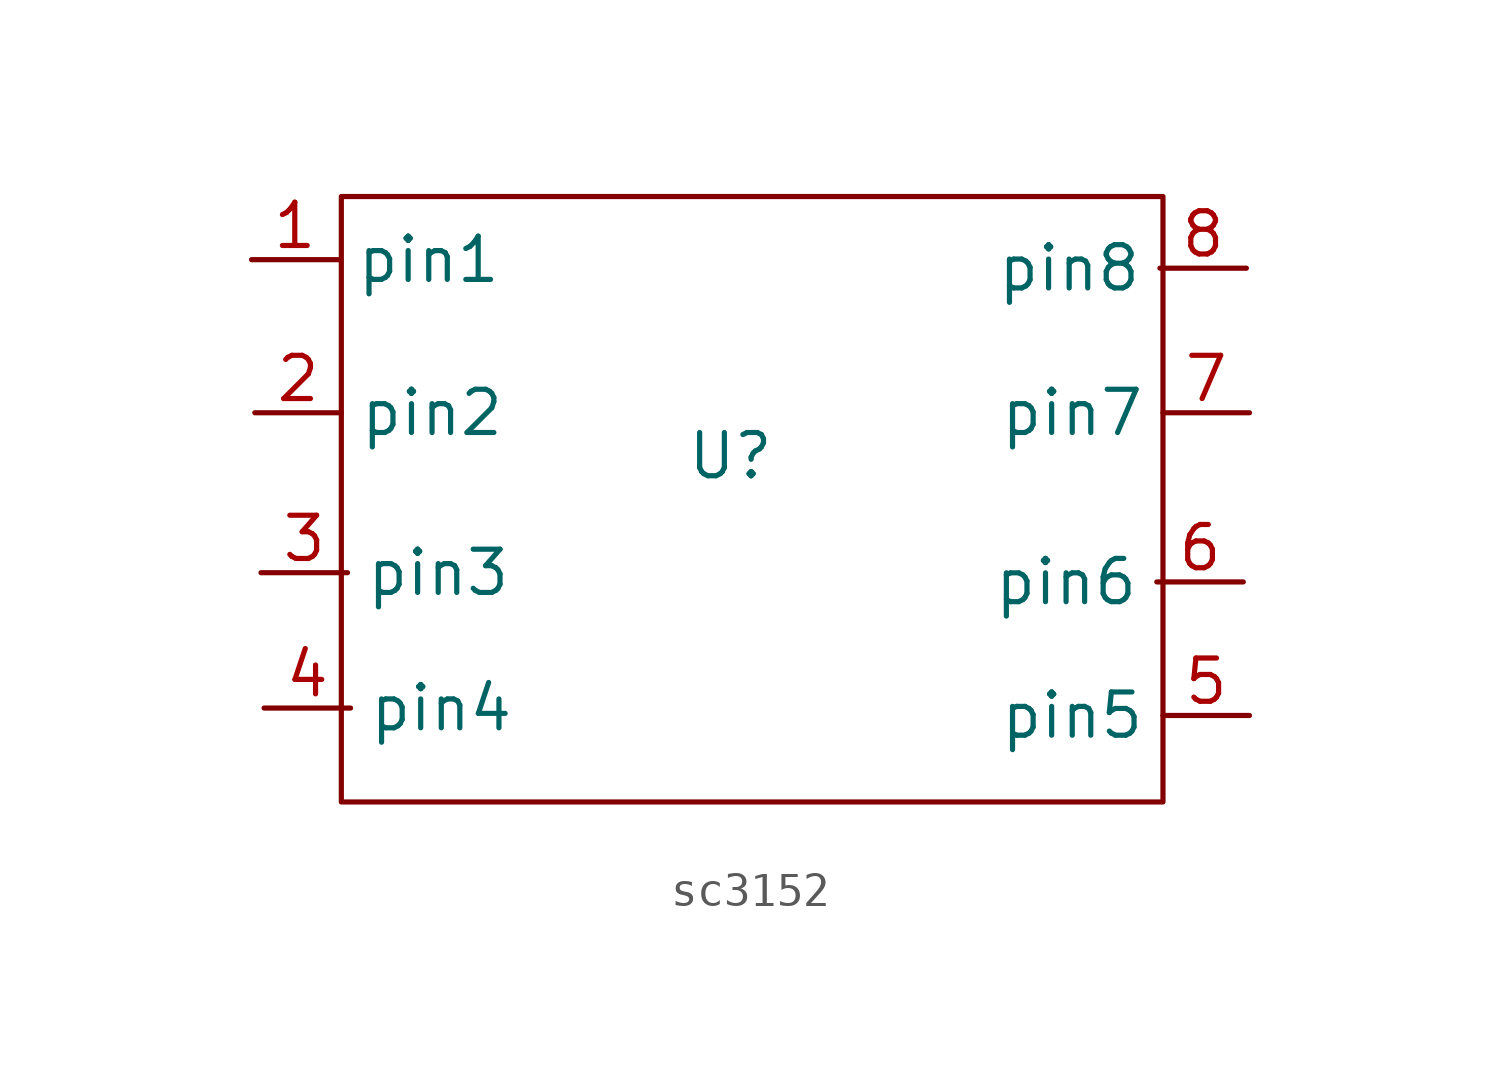
<source format=kicad_sym>
(kicad_symbol_lib
  (version 20241209)
  (generator "kicad_symbol_editor")
  (generator_version "9.0")
  (symbol "sc3152"
    (property "Reference" "U"
      (at 0 0 0)
      (effects (font (size 1.27 1.27))))
    (property "Value" ""
      (at 0 0 0)
      (effects (font (size 1.27 1.27))))
    (symbol "sc3152_0_1"
      (rectangle (start -11.43 7.62) (end 12.7 -10.16) (stroke (width 0) (type default)) (fill (type none))))
    (symbol "sc3152_1_1"
      (pin bidirectional line (at -14.067 5.766 0) (length 2.54) (name "pin1" (effects (font (size 1.27 1.27)))) (number "1" (effects (font (size 1.27 1.27)))))
      (pin bidirectional line (at -13.97 1.27 0) (length 2.54) (name "pin2" (effects (font (size 1.27 1.27)))) (number "2" (effects (font (size 1.27 1.27)))))
      (pin bidirectional line (at -13.789 -3.427 0) (length 2.54) (name "pin3" (effects (font (size 1.27 1.27)))) (number "3" (effects (font (size 1.27 1.27)))))
      (pin bidirectional line (at -13.699 -7.402 0) (length 2.54) (name "pin4" (effects (font (size 1.27 1.27)))) (number "4" (effects (font (size 1.27 1.27)))))
      (pin bidirectional line (at 15.059 -3.698 180) (length 2.54) (name "pin6" (effects (font (size 1.27 1.27)))) (number "6" (effects (font (size 1.27 1.27)))))
      (pin bidirectional line (at 15.15 5.516 180) (length 2.54) (name "pin8" (effects (font (size 1.27 1.27)))) (number "8" (effects (font (size 1.27 1.27)))))
      (pin bidirectional line (at 15.24 1.27 180) (length 2.54) (name "pin7" (effects (font (size 1.27 1.27)))) (number "7" (effects (font (size 1.27 1.27)))))
      (pin bidirectional line (at 15.24 -7.62 180) (length 2.54) (name "pin5" (effects (font (size 1.27 1.27)))) (number "5" (effects (font (size 1.27 1.27))))))))
</source>
